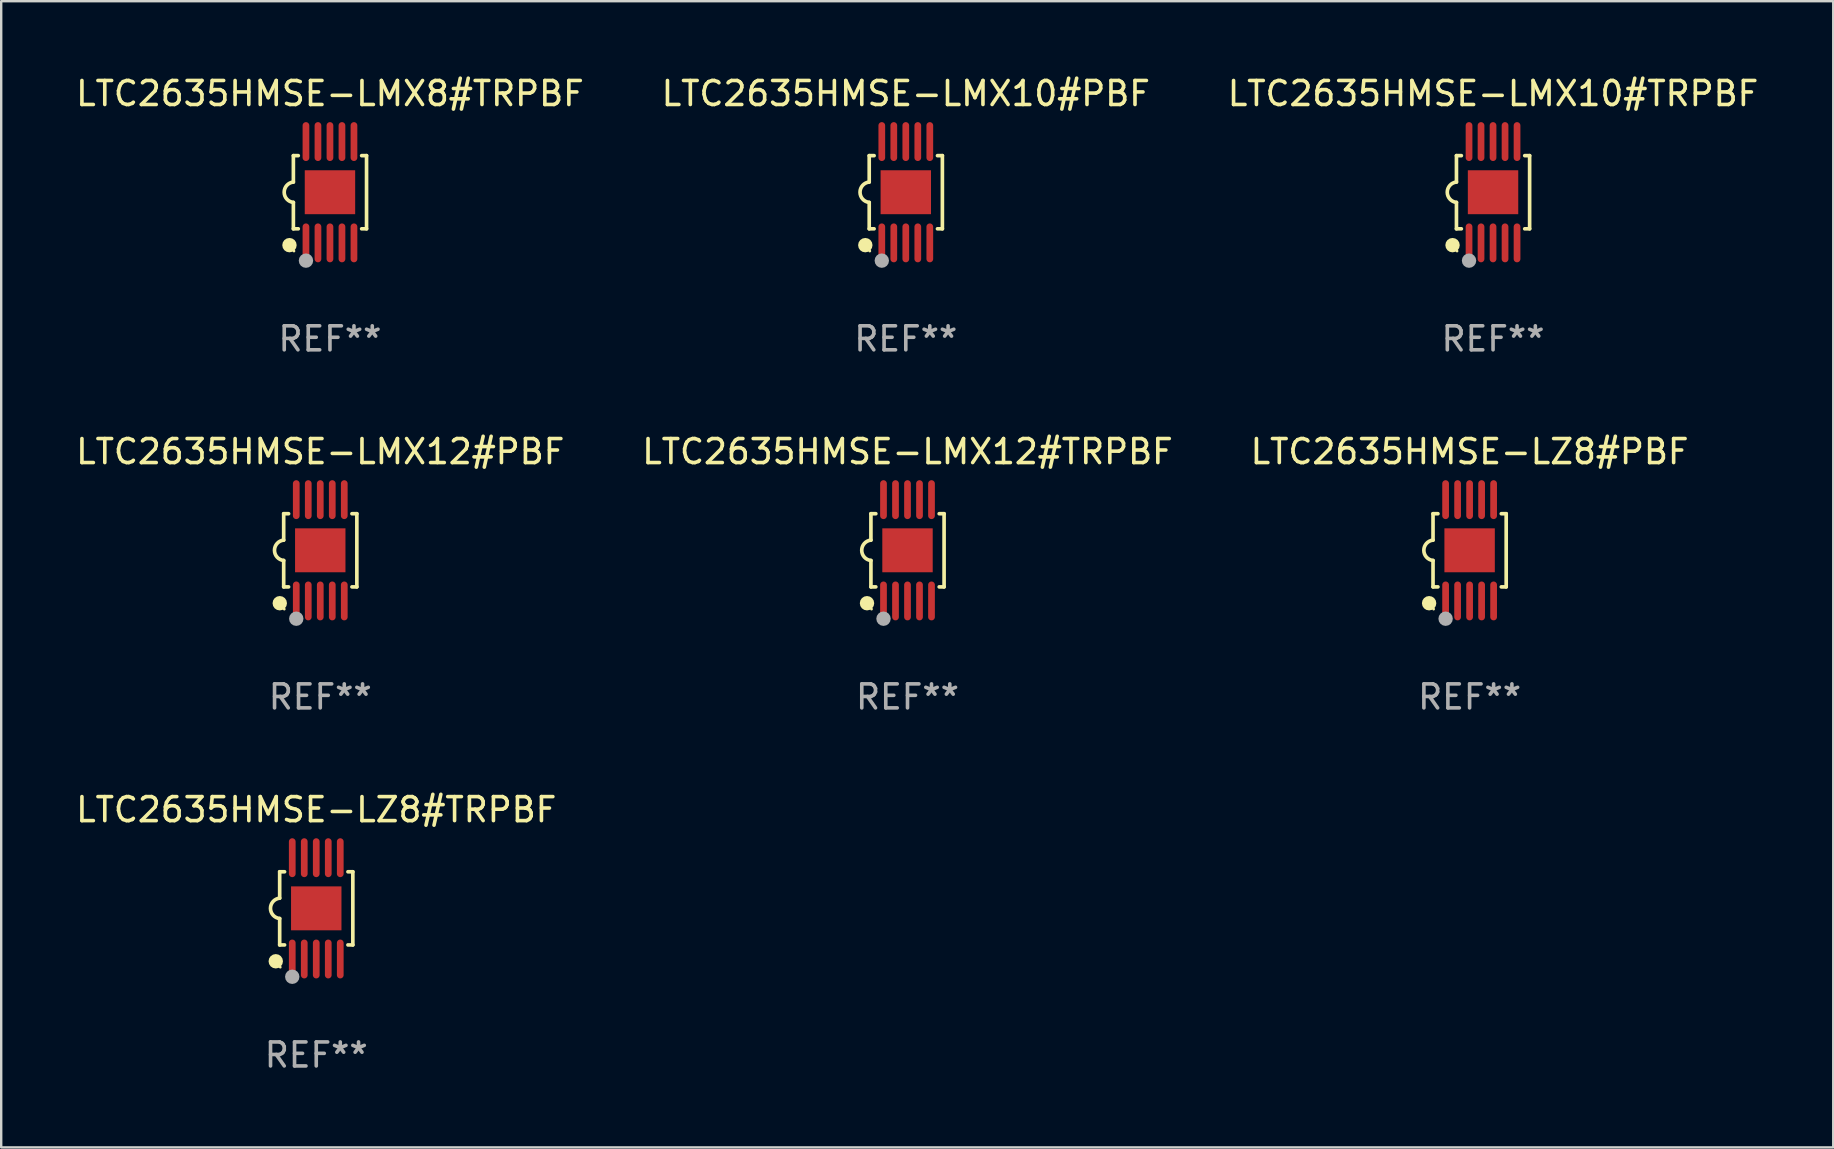
<source format=kicad_pcb>
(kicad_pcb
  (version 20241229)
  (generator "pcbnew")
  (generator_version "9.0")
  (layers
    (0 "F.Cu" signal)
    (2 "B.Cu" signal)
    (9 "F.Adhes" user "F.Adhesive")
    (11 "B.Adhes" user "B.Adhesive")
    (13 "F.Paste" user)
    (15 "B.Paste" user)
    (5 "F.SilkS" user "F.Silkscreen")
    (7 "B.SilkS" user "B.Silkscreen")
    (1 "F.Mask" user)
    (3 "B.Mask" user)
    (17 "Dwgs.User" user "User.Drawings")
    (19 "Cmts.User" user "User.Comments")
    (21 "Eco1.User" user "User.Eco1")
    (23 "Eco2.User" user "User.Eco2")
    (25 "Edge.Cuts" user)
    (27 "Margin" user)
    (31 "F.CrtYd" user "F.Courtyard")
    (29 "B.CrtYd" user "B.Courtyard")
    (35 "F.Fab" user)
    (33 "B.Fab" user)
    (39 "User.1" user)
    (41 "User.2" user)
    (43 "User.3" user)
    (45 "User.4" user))
  (footprint "LTC2635HMSE-LMX10#TRPBF"
    (layer "F.Cu")
    (at 59.149 4.958)
    (property "Reference" "LTC2635HMSE-LMX10#TRPBF" (at 0 -4.11 0) (layer "F.SilkS") (effects (font (size 1 1) (thickness 0.15))))
    (attr through_hole)
    (fp_line (start -1.524 -1.524) (end -1.524 -0.424) (stroke (width 0.152) (type solid)) (layer "F.SilkS"))
    (fp_line (start -1.524 1.524) (end -1.524 0.424) (stroke (width 0.152) (type solid)) (layer "F.SilkS"))
    (fp_line (start -1.524 1.524) (end -1.32 1.524) (stroke (width 0.152) (type solid)) (layer "F.SilkS"))
    (fp_line (start -1.32 -1.524) (end -1.524 -1.524) (stroke (width 0.152) (type solid)) (layer "F.SilkS"))
    (fp_line (start 1.32 1.524) (end 1.524 1.524) (stroke (width 0.152) (type solid)) (layer "F.SilkS"))
    (fp_line (start 1.524 -1.524) (end 1.32 -1.524) (stroke (width 0.152) (type solid)) (layer "F.SilkS"))
    (fp_line (start 1.524 1.524) (end 1.524 -1.524) (stroke (width 0.152) (type solid)) (layer "F.SilkS"))
    (fp_arc (start -1.524003 0.424003) (mid -1.906663 -0.000089) (end -1.524004 -0.424181) (stroke (width 0.151994) (type solid)) (layer "F.SilkS"))
    (fp_circle (center -1.687 2.205) (end -1.537 2.205) (stroke (width 0.3) (type solid)) (fill no) (layer "F.SilkS"))
    (fp_circle (center -1.5 2.45) (end -1.47 2.45) (stroke (width 0.06) (type solid)) (fill no) (layer "F.SilkS"))
    (fp_circle (center -1 2.85) (end -0.85 2.85) (stroke (width 0.3) (type solid)) (fill no) (layer "F.Fab"))
    (fp_text user "REF**" (at 0 6.11 0) (layer "F.Fab") (effects (font (size 1 1) (thickness 0.15))))
    (pad "1" smd oval (at -1 2.11) (size 0.28 1.62) (layers "F.Cu" "F.Mask" "F.Paste"))
    (pad "2" smd oval (at -0.5 2.11) (size 0.28 1.62) (layers "F.Cu" "F.Mask" "F.Paste"))
    (pad "3" smd oval (at 0 2.11) (size 0.28 1.62) (layers "F.Cu" "F.Mask" "F.Paste"))
    (pad "4" smd oval (at 0.5 2.11) (size 0.28 1.62) (layers "F.Cu" "F.Mask" "F.Paste"))
    (pad "5" smd oval (at 1 2.11) (size 0.28 1.62) (layers "F.Cu" "F.Mask" "F.Paste"))
    (pad "6" smd oval (at 1 -2.11) (size 0.28 1.62) (layers "F.Cu" "F.Mask" "F.Paste"))
    (pad "7" smd oval (at 0.5 -2.11) (size 0.28 1.62) (layers "F.Cu" "F.Mask" "F.Paste"))
    (pad "8" smd oval (at 0 -2.11) (size 0.28 1.62) (layers "F.Cu" "F.Mask" "F.Paste"))
    (pad "9" smd oval (at -0.5 -2.11) (size 0.28 1.62) (layers "F.Cu" "F.Mask" "F.Paste"))
    (pad "10" smd oval (at -1 -2.11) (size 0.28 1.62) (layers "F.Cu" "F.Mask" "F.Paste"))
    (pad "11" smd rect (at 0 0) (size 2.1 1.83) (layers "F.Cu" "F.Mask" "F.Paste")))
  (footprint "LTC2635HMSE-LMX12#TRPBF"
    (layer "F.Cu")
    (at 34.756 19.875)
    (property "Reference" "LTC2635HMSE-LMX12#TRPBF" (at 0 -4.11 0) (layer "F.SilkS") (effects (font (size 1 1) (thickness 0.15))))
    (attr through_hole)
    (fp_line (start -1.524 -1.524) (end -1.524 -0.424) (stroke (width 0.152) (type solid)) (layer "F.SilkS"))
    (fp_line (start -1.524 1.524) (end -1.524 0.424) (stroke (width 0.152) (type solid)) (layer "F.SilkS"))
    (fp_line (start -1.524 1.524) (end -1.32 1.524) (stroke (width 0.152) (type solid)) (layer "F.SilkS"))
    (fp_line (start -1.32 -1.524) (end -1.524 -1.524) (stroke (width 0.152) (type solid)) (layer "F.SilkS"))
    (fp_line (start 1.32 1.524) (end 1.524 1.524) (stroke (width 0.152) (type solid)) (layer "F.SilkS"))
    (fp_line (start 1.524 -1.524) (end 1.32 -1.524) (stroke (width 0.152) (type solid)) (layer "F.SilkS"))
    (fp_line (start 1.524 1.524) (end 1.524 -1.524) (stroke (width 0.152) (type solid)) (layer "F.SilkS"))
    (fp_arc (start -1.524003 0.424003) (mid -1.906663 -0.000089) (end -1.524004 -0.424181) (stroke (width 0.151994) (type solid)) (layer "F.SilkS"))
    (fp_circle (center -1.687 2.205) (end -1.537 2.205) (stroke (width 0.3) (type solid)) (fill no) (layer "F.SilkS"))
    (fp_circle (center -1.5 2.45) (end -1.47 2.45) (stroke (width 0.06) (type solid)) (fill no) (layer "F.SilkS"))
    (fp_circle (center -1 2.85) (end -0.85 2.85) (stroke (width 0.3) (type solid)) (fill no) (layer "F.Fab"))
    (fp_text user "REF**" (at 0 6.11 0) (layer "F.Fab") (effects (font (size 1 1) (thickness 0.15))))
    (pad "1" smd oval (at -1 2.11) (size 0.28 1.62) (layers "F.Cu" "F.Mask" "F.Paste"))
    (pad "2" smd oval (at -0.5 2.11) (size 0.28 1.62) (layers "F.Cu" "F.Mask" "F.Paste"))
    (pad "3" smd oval (at 0 2.11) (size 0.28 1.62) (layers "F.Cu" "F.Mask" "F.Paste"))
    (pad "4" smd oval (at 0.5 2.11) (size 0.28 1.62) (layers "F.Cu" "F.Mask" "F.Paste"))
    (pad "5" smd oval (at 1 2.11) (size 0.28 1.62) (layers "F.Cu" "F.Mask" "F.Paste"))
    (pad "6" smd oval (at 1 -2.11) (size 0.28 1.62) (layers "F.Cu" "F.Mask" "F.Paste"))
    (pad "7" smd oval (at 0.5 -2.11) (size 0.28 1.62) (layers "F.Cu" "F.Mask" "F.Paste"))
    (pad "8" smd oval (at 0 -2.11) (size 0.28 1.62) (layers "F.Cu" "F.Mask" "F.Paste"))
    (pad "9" smd oval (at -0.5 -2.11) (size 0.28 1.62) (layers "F.Cu" "F.Mask" "F.Paste"))
    (pad "10" smd oval (at -1 -2.11) (size 0.28 1.62) (layers "F.Cu" "F.Mask" "F.Paste"))
    (pad "11" smd rect (at 0 0) (size 2.1 1.83) (layers "F.Cu" "F.Mask" "F.Paste")))
  (footprint "LTC2635HMSE-LZ8#PBF"
    (layer "F.Cu")
    (at 58.173 19.875)
    (property "Reference" "LTC2635HMSE-LZ8#PBF" (at 0 -4.11 0) (layer "F.SilkS") (effects (font (size 1 1) (thickness 0.15))))
    (attr through_hole)
    (fp_line (start -1.524 -1.524) (end -1.524 -0.424) (stroke (width 0.152) (type solid)) (layer "F.SilkS"))
    (fp_line (start -1.524 1.524) (end -1.524 0.424) (stroke (width 0.152) (type solid)) (layer "F.SilkS"))
    (fp_line (start -1.524 1.524) (end -1.32 1.524) (stroke (width 0.152) (type solid)) (layer "F.SilkS"))
    (fp_line (start -1.32 -1.524) (end -1.524 -1.524) (stroke (width 0.152) (type solid)) (layer "F.SilkS"))
    (fp_line (start 1.32 1.524) (end 1.524 1.524) (stroke (width 0.152) (type solid)) (layer "F.SilkS"))
    (fp_line (start 1.524 -1.524) (end 1.32 -1.524) (stroke (width 0.152) (type solid)) (layer "F.SilkS"))
    (fp_line (start 1.524 1.524) (end 1.524 -1.524) (stroke (width 0.152) (type solid)) (layer "F.SilkS"))
    (fp_arc (start -1.524003 0.424003) (mid -1.906663 -0.000089) (end -1.524004 -0.424181) (stroke (width 0.151994) (type solid)) (layer "F.SilkS"))
    (fp_circle (center -1.687 2.205) (end -1.537 2.205) (stroke (width 0.3) (type solid)) (fill no) (layer "F.SilkS"))
    (fp_circle (center -1.5 2.45) (end -1.47 2.45) (stroke (width 0.06) (type solid)) (fill no) (layer "F.SilkS"))
    (fp_circle (center -1 2.85) (end -0.85 2.85) (stroke (width 0.3) (type solid)) (fill no) (layer "F.Fab"))
    (fp_text user "REF**" (at 0 6.11 0) (layer "F.Fab") (effects (font (size 1 1) (thickness 0.15))))
    (pad "1" smd oval (at -1 2.11) (size 0.28 1.62) (layers "F.Cu" "F.Mask" "F.Paste"))
    (pad "2" smd oval (at -0.5 2.11) (size 0.28 1.62) (layers "F.Cu" "F.Mask" "F.Paste"))
    (pad "3" smd oval (at 0 2.11) (size 0.28 1.62) (layers "F.Cu" "F.Mask" "F.Paste"))
    (pad "4" smd oval (at 0.5 2.11) (size 0.28 1.62) (layers "F.Cu" "F.Mask" "F.Paste"))
    (pad "5" smd oval (at 1 2.11) (size 0.28 1.62) (layers "F.Cu" "F.Mask" "F.Paste"))
    (pad "6" smd oval (at 1 -2.11) (size 0.28 1.62) (layers "F.Cu" "F.Mask" "F.Paste"))
    (pad "7" smd oval (at 0.5 -2.11) (size 0.28 1.62) (layers "F.Cu" "F.Mask" "F.Paste"))
    (pad "8" smd oval (at 0 -2.11) (size 0.28 1.62) (layers "F.Cu" "F.Mask" "F.Paste"))
    (pad "9" smd oval (at -0.5 -2.11) (size 0.28 1.62) (layers "F.Cu" "F.Mask" "F.Paste"))
    (pad "10" smd oval (at -1 -2.11) (size 0.28 1.62) (layers "F.Cu" "F.Mask" "F.Paste"))
    (pad "11" smd rect (at 0 0) (size 2.1 1.83) (layers "F.Cu" "F.Mask" "F.Paste")))
  (footprint "LTC2635HMSE-LMX12#PBF"
    (layer "F.Cu")
    (at 10.292 19.875)
    (property "Reference" "LTC2635HMSE-LMX12#PBF" (at 0 -4.11 0) (layer "F.SilkS") (effects (font (size 1 1) (thickness 0.15))))
    (attr through_hole)
    (fp_line (start -1.524 -1.524) (end -1.524 -0.424) (stroke (width 0.152) (type solid)) (layer "F.SilkS"))
    (fp_line (start -1.524 1.524) (end -1.524 0.424) (stroke (width 0.152) (type solid)) (layer "F.SilkS"))
    (fp_line (start -1.524 1.524) (end -1.32 1.524) (stroke (width 0.152) (type solid)) (layer "F.SilkS"))
    (fp_line (start -1.32 -1.524) (end -1.524 -1.524) (stroke (width 0.152) (type solid)) (layer "F.SilkS"))
    (fp_line (start 1.32 1.524) (end 1.524 1.524) (stroke (width 0.152) (type solid)) (layer "F.SilkS"))
    (fp_line (start 1.524 -1.524) (end 1.32 -1.524) (stroke (width 0.152) (type solid)) (layer "F.SilkS"))
    (fp_line (start 1.524 1.524) (end 1.524 -1.524) (stroke (width 0.152) (type solid)) (layer "F.SilkS"))
    (fp_arc (start -1.524003 0.424003) (mid -1.906663 -0.000089) (end -1.524004 -0.424181) (stroke (width 0.151994) (type solid)) (layer "F.SilkS"))
    (fp_circle (center -1.687 2.205) (end -1.537 2.205) (stroke (width 0.3) (type solid)) (fill no) (layer "F.SilkS"))
    (fp_circle (center -1.5 2.45) (end -1.47 2.45) (stroke (width 0.06) (type solid)) (fill no) (layer "F.SilkS"))
    (fp_circle (center -1 2.85) (end -0.85 2.85) (stroke (width 0.3) (type solid)) (fill no) (layer "F.Fab"))
    (fp_text user "REF**" (at 0 6.11 0) (layer "F.Fab") (effects (font (size 1 1) (thickness 0.15))))
    (pad "1" smd oval (at -1 2.11) (size 0.28 1.62) (layers "F.Cu" "F.Mask" "F.Paste"))
    (pad "2" smd oval (at -0.5 2.11) (size 0.28 1.62) (layers "F.Cu" "F.Mask" "F.Paste"))
    (pad "3" smd oval (at 0 2.11) (size 0.28 1.62) (layers "F.Cu" "F.Mask" "F.Paste"))
    (pad "4" smd oval (at 0.5 2.11) (size 0.28 1.62) (layers "F.Cu" "F.Mask" "F.Paste"))
    (pad "5" smd oval (at 1 2.11) (size 0.28 1.62) (layers "F.Cu" "F.Mask" "F.Paste"))
    (pad "6" smd oval (at 1 -2.11) (size 0.28 1.62) (layers "F.Cu" "F.Mask" "F.Paste"))
    (pad "7" smd oval (at 0.5 -2.11) (size 0.28 1.62) (layers "F.Cu" "F.Mask" "F.Paste"))
    (pad "8" smd oval (at 0 -2.11) (size 0.28 1.62) (layers "F.Cu" "F.Mask" "F.Paste"))
    (pad "9" smd oval (at -0.5 -2.11) (size 0.28 1.62) (layers "F.Cu" "F.Mask" "F.Paste"))
    (pad "10" smd oval (at -1 -2.11) (size 0.28 1.62) (layers "F.Cu" "F.Mask" "F.Paste"))
    (pad "11" smd rect (at 0 0) (size 2.1 1.83) (layers "F.Cu" "F.Mask" "F.Paste")))
  (footprint "LTC2635HMSE-LMX8#TRPBF"
    (layer "F.Cu")
    (at 10.696 4.958)
    (property "Reference" "LTC2635HMSE-LMX8#TRPBF" (at 0 -4.11 0) (layer "F.SilkS") (effects (font (size 1 1) (thickness 0.15))))
    (attr through_hole)
    (fp_line (start -1.524 -1.524) (end -1.524 -0.424) (stroke (width 0.152) (type solid)) (layer "F.SilkS"))
    (fp_line (start -1.524 1.524) (end -1.524 0.424) (stroke (width 0.152) (type solid)) (layer "F.SilkS"))
    (fp_line (start -1.524 1.524) (end -1.32 1.524) (stroke (width 0.152) (type solid)) (layer "F.SilkS"))
    (fp_line (start -1.32 -1.524) (end -1.524 -1.524) (stroke (width 0.152) (type solid)) (layer "F.SilkS"))
    (fp_line (start 1.32 1.524) (end 1.524 1.524) (stroke (width 0.152) (type solid)) (layer "F.SilkS"))
    (fp_line (start 1.524 -1.524) (end 1.32 -1.524) (stroke (width 0.152) (type solid)) (layer "F.SilkS"))
    (fp_line (start 1.524 1.524) (end 1.524 -1.524) (stroke (width 0.152) (type solid)) (layer "F.SilkS"))
    (fp_arc (start -1.524003 0.424003) (mid -1.906663 -0.000089) (end -1.524004 -0.424181) (stroke (width 0.151994) (type solid)) (layer "F.SilkS"))
    (fp_circle (center -1.687 2.205) (end -1.537 2.205) (stroke (width 0.3) (type solid)) (fill no) (layer "F.SilkS"))
    (fp_circle (center -1.5 2.45) (end -1.47 2.45) (stroke (width 0.06) (type solid)) (fill no) (layer "F.SilkS"))
    (fp_circle (center -1 2.85) (end -0.85 2.85) (stroke (width 0.3) (type solid)) (fill no) (layer "F.Fab"))
    (fp_text user "REF**" (at 0 6.11 0) (layer "F.Fab") (effects (font (size 1 1) (thickness 0.15))))
    (pad "1" smd oval (at -1 2.11) (size 0.28 1.62) (layers "F.Cu" "F.Mask" "F.Paste"))
    (pad "2" smd oval (at -0.5 2.11) (size 0.28 1.62) (layers "F.Cu" "F.Mask" "F.Paste"))
    (pad "3" smd oval (at 0 2.11) (size 0.28 1.62) (layers "F.Cu" "F.Mask" "F.Paste"))
    (pad "4" smd oval (at 0.5 2.11) (size 0.28 1.62) (layers "F.Cu" "F.Mask" "F.Paste"))
    (pad "5" smd oval (at 1 2.11) (size 0.28 1.62) (layers "F.Cu" "F.Mask" "F.Paste"))
    (pad "6" smd oval (at 1 -2.11) (size 0.28 1.62) (layers "F.Cu" "F.Mask" "F.Paste"))
    (pad "7" smd oval (at 0.5 -2.11) (size 0.28 1.62) (layers "F.Cu" "F.Mask" "F.Paste"))
    (pad "8" smd oval (at 0 -2.11) (size 0.28 1.62) (layers "F.Cu" "F.Mask" "F.Paste"))
    (pad "9" smd oval (at -0.5 -2.11) (size 0.28 1.62) (layers "F.Cu" "F.Mask" "F.Paste"))
    (pad "10" smd oval (at -1 -2.11) (size 0.28 1.62) (layers "F.Cu" "F.Mask" "F.Paste"))
    (pad "11" smd rect (at 0 0) (size 2.1 1.83) (layers "F.Cu" "F.Mask" "F.Paste")))
  (footprint "LTC2635HMSE-LZ8#TRPBF"
    (layer "F.Cu")
    (at 10.125 34.791)
    (property "Reference" "LTC2635HMSE-LZ8#TRPBF" (at 0 -4.11 0) (layer "F.SilkS") (effects (font (size 1 1) (thickness 0.15))))
    (attr through_hole)
    (fp_line (start -1.524 -1.524) (end -1.524 -0.424) (stroke (width 0.152) (type solid)) (layer "F.SilkS"))
    (fp_line (start -1.524 1.524) (end -1.524 0.424) (stroke (width 0.152) (type solid)) (layer "F.SilkS"))
    (fp_line (start -1.524 1.524) (end -1.32 1.524) (stroke (width 0.152) (type solid)) (layer "F.SilkS"))
    (fp_line (start -1.32 -1.524) (end -1.524 -1.524) (stroke (width 0.152) (type solid)) (layer "F.SilkS"))
    (fp_line (start 1.32 1.524) (end 1.524 1.524) (stroke (width 0.152) (type solid)) (layer "F.SilkS"))
    (fp_line (start 1.524 -1.524) (end 1.32 -1.524) (stroke (width 0.152) (type solid)) (layer "F.SilkS"))
    (fp_line (start 1.524 1.524) (end 1.524 -1.524) (stroke (width 0.152) (type solid)) (layer "F.SilkS"))
    (fp_arc (start -1.524003 0.424003) (mid -1.906663 -0.000089) (end -1.524004 -0.424181) (stroke (width 0.151994) (type solid)) (layer "F.SilkS"))
    (fp_circle (center -1.687 2.205) (end -1.537 2.205) (stroke (width 0.3) (type solid)) (fill no) (layer "F.SilkS"))
    (fp_circle (center -1.5 2.45) (end -1.47 2.45) (stroke (width 0.06) (type solid)) (fill no) (layer "F.SilkS"))
    (fp_circle (center -1 2.85) (end -0.85 2.85) (stroke (width 0.3) (type solid)) (fill no) (layer "F.Fab"))
    (fp_text user "REF**" (at 0 6.11 0) (layer "F.Fab") (effects (font (size 1 1) (thickness 0.15))))
    (pad "1" smd oval (at -1 2.11) (size 0.28 1.62) (layers "F.Cu" "F.Mask" "F.Paste"))
    (pad "2" smd oval (at -0.5 2.11) (size 0.28 1.62) (layers "F.Cu" "F.Mask" "F.Paste"))
    (pad "3" smd oval (at 0 2.11) (size 0.28 1.62) (layers "F.Cu" "F.Mask" "F.Paste"))
    (pad "4" smd oval (at 0.5 2.11) (size 0.28 1.62) (layers "F.Cu" "F.Mask" "F.Paste"))
    (pad "5" smd oval (at 1 2.11) (size 0.28 1.62) (layers "F.Cu" "F.Mask" "F.Paste"))
    (pad "6" smd oval (at 1 -2.11) (size 0.28 1.62) (layers "F.Cu" "F.Mask" "F.Paste"))
    (pad "7" smd oval (at 0.5 -2.11) (size 0.28 1.62) (layers "F.Cu" "F.Mask" "F.Paste"))
    (pad "8" smd oval (at 0 -2.11) (size 0.28 1.62) (layers "F.Cu" "F.Mask" "F.Paste"))
    (pad "9" smd oval (at -0.5 -2.11) (size 0.28 1.62) (layers "F.Cu" "F.Mask" "F.Paste"))
    (pad "10" smd oval (at -1 -2.11) (size 0.28 1.62) (layers "F.Cu" "F.Mask" "F.Paste"))
    (pad "11" smd rect (at 0 0) (size 2.1 1.83) (layers "F.Cu" "F.Mask" "F.Paste")))
  (footprint "LTC2635HMSE-LMX10#PBF"
    (layer "F.Cu")
    (at 34.685 4.958)
    (property "Reference" "LTC2635HMSE-LMX10#PBF" (at 0 -4.11 0) (layer "F.SilkS") (effects (font (size 1 1) (thickness 0.15))))
    (attr through_hole)
    (fp_line (start -1.524 -1.524) (end -1.524 -0.424) (stroke (width 0.152) (type solid)) (layer "F.SilkS"))
    (fp_line (start -1.524 1.524) (end -1.524 0.424) (stroke (width 0.152) (type solid)) (layer "F.SilkS"))
    (fp_line (start -1.524 1.524) (end -1.32 1.524) (stroke (width 0.152) (type solid)) (layer "F.SilkS"))
    (fp_line (start -1.32 -1.524) (end -1.524 -1.524) (stroke (width 0.152) (type solid)) (layer "F.SilkS"))
    (fp_line (start 1.32 1.524) (end 1.524 1.524) (stroke (width 0.152) (type solid)) (layer "F.SilkS"))
    (fp_line (start 1.524 -1.524) (end 1.32 -1.524) (stroke (width 0.152) (type solid)) (layer "F.SilkS"))
    (fp_line (start 1.524 1.524) (end 1.524 -1.524) (stroke (width 0.152) (type solid)) (layer "F.SilkS"))
    (fp_arc (start -1.524003 0.424003) (mid -1.906663 -0.000089) (end -1.524004 -0.424181) (stroke (width 0.151994) (type solid)) (layer "F.SilkS"))
    (fp_circle (center -1.687 2.205) (end -1.537 2.205) (stroke (width 0.3) (type solid)) (fill no) (layer "F.SilkS"))
    (fp_circle (center -1.5 2.45) (end -1.47 2.45) (stroke (width 0.06) (type solid)) (fill no) (layer "F.SilkS"))
    (fp_circle (center -1 2.85) (end -0.85 2.85) (stroke (width 0.3) (type solid)) (fill no) (layer "F.Fab"))
    (fp_text user "REF**" (at 0 6.11 0) (layer "F.Fab") (effects (font (size 1 1) (thickness 0.15))))
    (pad "1" smd oval (at -1 2.11) (size 0.28 1.62) (layers "F.Cu" "F.Mask" "F.Paste"))
    (pad "2" smd oval (at -0.5 2.11) (size 0.28 1.62) (layers "F.Cu" "F.Mask" "F.Paste"))
    (pad "3" smd oval (at 0 2.11) (size 0.28 1.62) (layers "F.Cu" "F.Mask" "F.Paste"))
    (pad "4" smd oval (at 0.5 2.11) (size 0.28 1.62) (layers "F.Cu" "F.Mask" "F.Paste"))
    (pad "5" smd oval (at 1 2.11) (size 0.28 1.62) (layers "F.Cu" "F.Mask" "F.Paste"))
    (pad "6" smd oval (at 1 -2.11) (size 0.28 1.62) (layers "F.Cu" "F.Mask" "F.Paste"))
    (pad "7" smd oval (at 0.5 -2.11) (size 0.28 1.62) (layers "F.Cu" "F.Mask" "F.Paste"))
    (pad "8" smd oval (at 0 -2.11) (size 0.28 1.62) (layers "F.Cu" "F.Mask" "F.Paste"))
    (pad "9" smd oval (at -0.5 -2.11) (size 0.28 1.62) (layers "F.Cu" "F.Mask" "F.Paste"))
    (pad "10" smd oval (at -1 -2.11) (size 0.28 1.62) (layers "F.Cu" "F.Mask" "F.Paste"))
    (pad "11" smd rect (at 0 0) (size 2.1 1.83) (layers "F.Cu" "F.Mask" "F.Paste")))
  (gr_rect
    (start -3 -3)
    (end 73.321 44.749)
    (stroke (width 0.1) (type default))
    (fill no)
    (layer "Edge.Cuts")))
</source>
